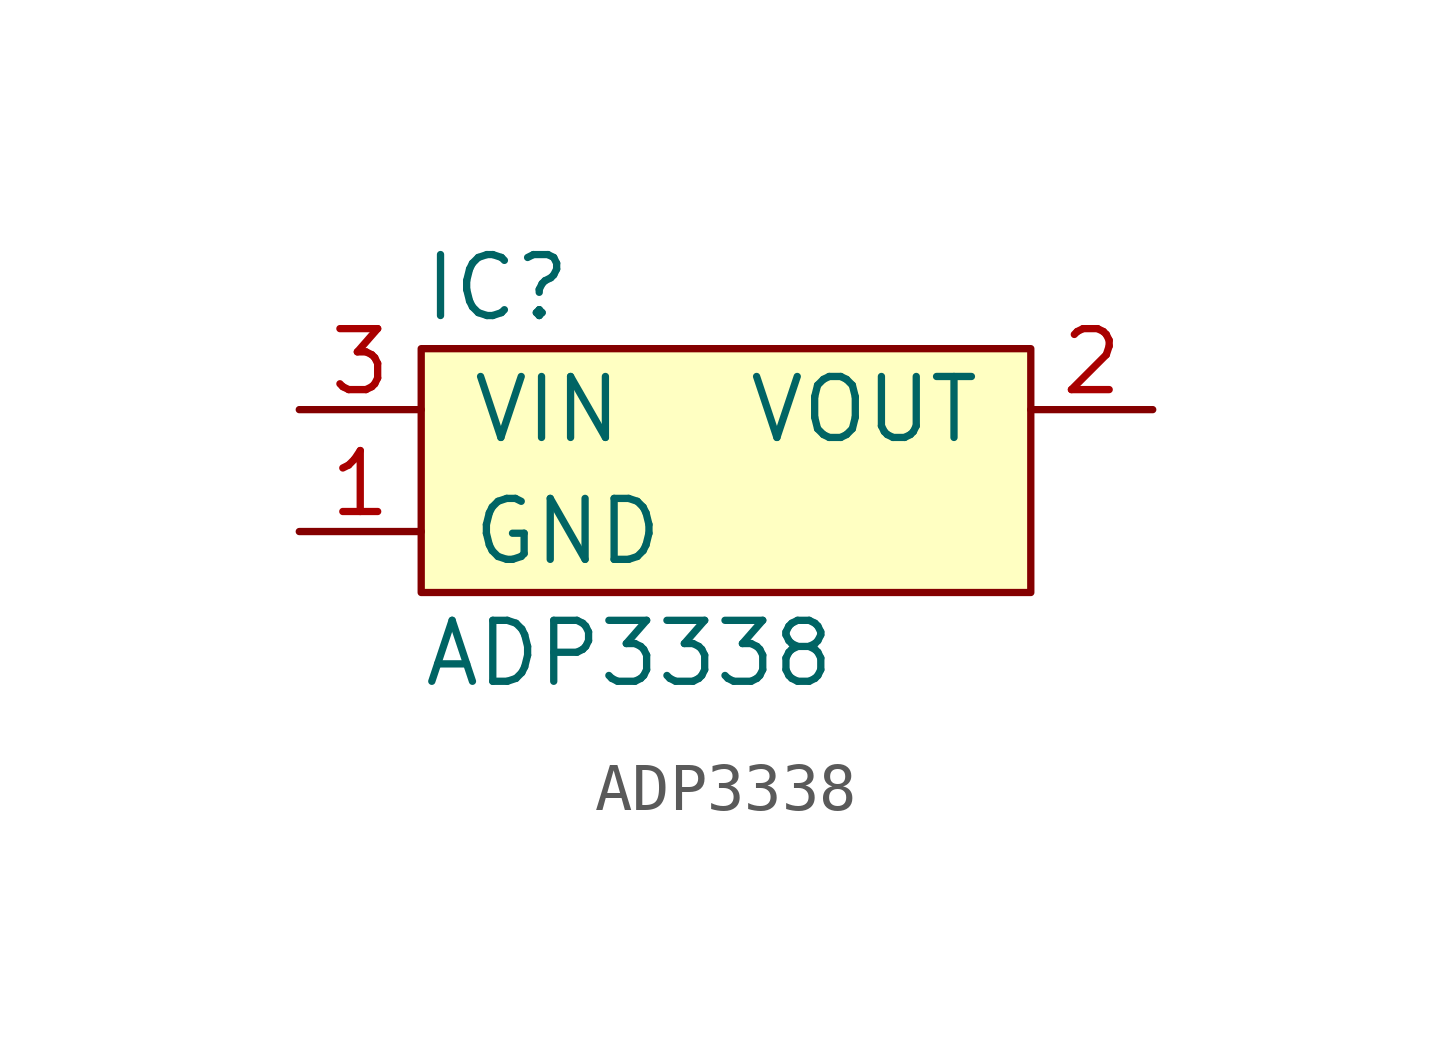
<source format=kicad_sym>
(kicad_symbol_lib
  (version 20211014)
  (generator kicad_symbol_editor)
  (symbol "ADP3338"
    (pin_names
      (offset 1.016))
    (property "Reference" "IC"
      (at -5.08 2.54 0)
      (effects (font (size 1.27 1.27)) (justify left)))
    (property "Value" "ADP3338"
      (at -5.08 -5.08 0)
      (effects (font (size 1.27 1.27)) (justify left)))
    (symbol "ADP3338_0_1"
      (rectangle (start -5.08 1.27) (end 7.62 -3.81) (stroke (width 0) (type default) (color 0 0 0 0)) (fill (type background))))
    (symbol "ADP3338_1_1"
      (pin power_in line (at -7.62 -2.54 0) (length 2.54) (name "GND" (effects (font (size 1.27 1.27)))) (number "1" (effects (font (size 1.27 1.27)))))
      (pin power_out line (at 10.16 0 180) (length 2.54) (name "VOUT" (effects (font (size 1.27 1.27)))) (number "2" (effects (font (size 1.27 1.27)))))
      (pin power_in line (at -7.62 0 0) (length 2.54) (name "VIN" (effects (font (size 1.27 1.27)))) (number "3" (effects (font (size 1.27 1.27))))))))
</source>
